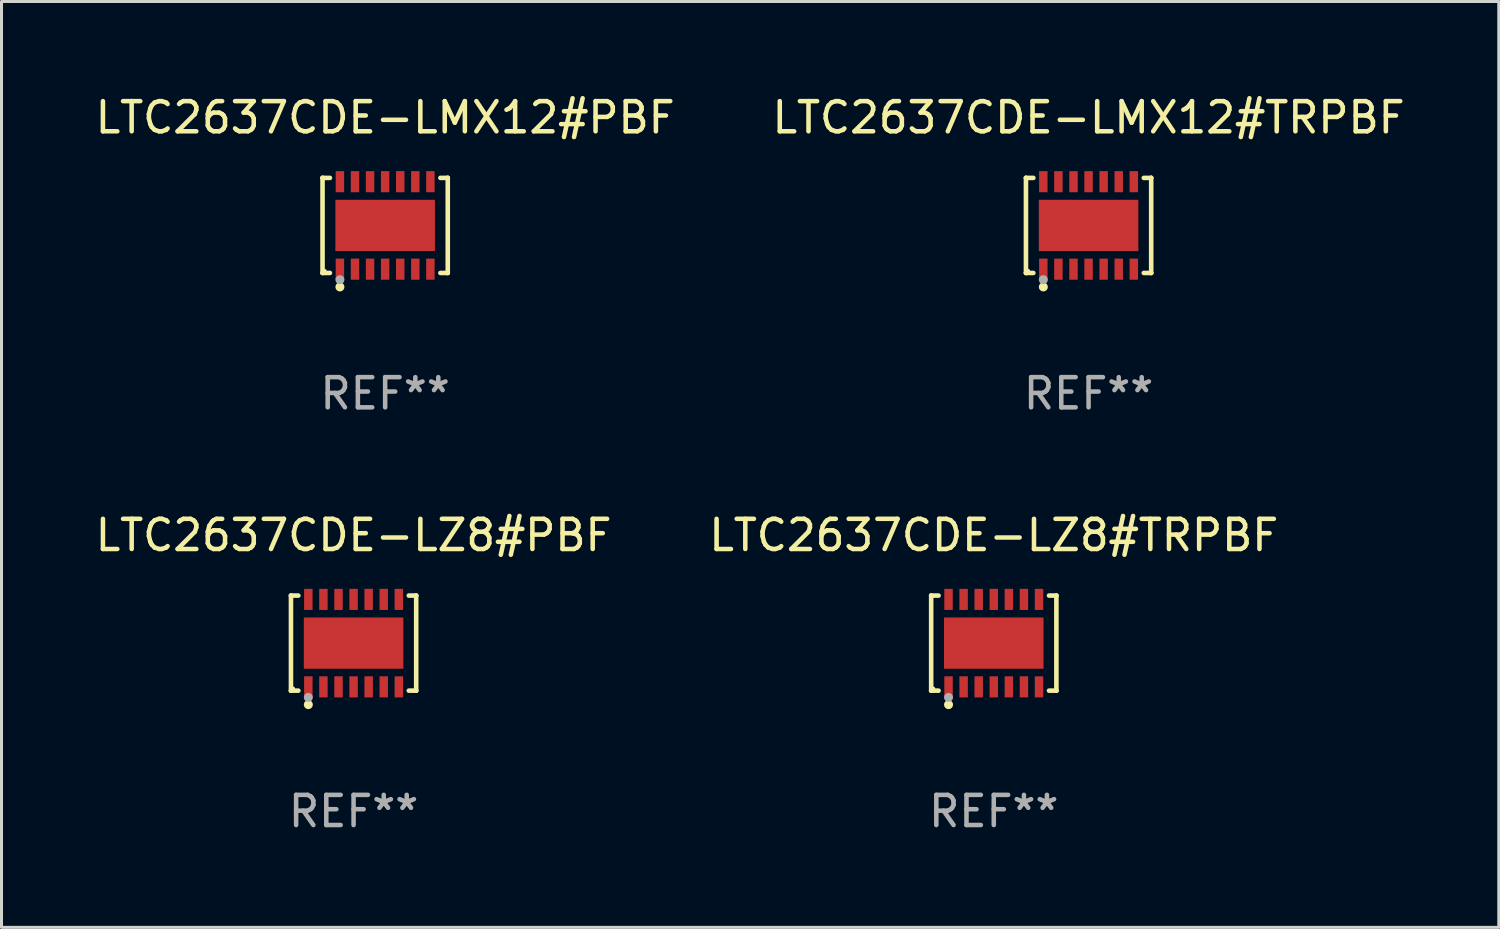
<source format=kicad_pcb>
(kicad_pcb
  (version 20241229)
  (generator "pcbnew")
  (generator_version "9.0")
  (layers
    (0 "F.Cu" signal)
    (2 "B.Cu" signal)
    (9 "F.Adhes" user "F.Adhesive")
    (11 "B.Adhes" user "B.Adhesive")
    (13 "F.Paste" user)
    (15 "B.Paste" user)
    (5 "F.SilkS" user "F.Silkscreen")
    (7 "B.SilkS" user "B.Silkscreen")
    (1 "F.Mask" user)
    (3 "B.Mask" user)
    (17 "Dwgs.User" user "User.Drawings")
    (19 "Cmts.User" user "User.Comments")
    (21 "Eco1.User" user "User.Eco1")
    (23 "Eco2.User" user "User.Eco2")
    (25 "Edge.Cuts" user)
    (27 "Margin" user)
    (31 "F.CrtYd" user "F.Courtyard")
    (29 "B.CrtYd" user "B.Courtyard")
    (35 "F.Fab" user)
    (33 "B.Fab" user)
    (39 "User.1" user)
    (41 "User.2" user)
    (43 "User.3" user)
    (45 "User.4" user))
  (footprint "LTC2637CDE-LMX12#TRPBF"
    (layer "F.Cu")
    (at 33.042 4.424)
    (property "Reference" "LTC2637CDE-LMX12#TRPBF" (at 0 -3.576 0) (layer "F.SilkS") (effects (font (size 1 1) (thickness 0.15))))
    (attr through_hole)
    (fp_line (start -2.076 -1.576) (end -2.076 -1.576) (stroke (width 0.152) (type solid)) (layer "F.SilkS"))
    (fp_line (start -2.076 -1.576) (end -1.831 -1.576) (stroke (width 0.152) (type solid)) (layer "F.SilkS"))
    (fp_line (start -2.076 1.576) (end -2.076 -1.576) (stroke (width 0.152) (type solid)) (layer "F.SilkS"))
    (fp_line (start -2.076 1.576) (end -2.076 1.576) (stroke (width 0.152) (type solid)) (layer "F.SilkS"))
    (fp_line (start -1.831 1.576) (end -2.076 1.576) (stroke (width 0.152) (type solid)) (layer "F.SilkS"))
    (fp_line (start 1.831 1.576) (end 2.076 1.576) (stroke (width 0.152) (type solid)) (layer "F.SilkS"))
    (fp_line (start 2.076 -1.576) (end 1.831 -1.576) (stroke (width 0.152) (type solid)) (layer "F.SilkS"))
    (fp_line (start 2.076 -1.576) (end 2.076 -1.576) (stroke (width 0.152) (type solid)) (layer "F.SilkS"))
    (fp_line (start 2.076 1.576) (end 2.076 -1.576) (stroke (width 0.152) (type solid)) (layer "F.SilkS"))
    (fp_line (start 2.076 1.576) (end 2.076 1.576) (stroke (width 0.152) (type solid)) (layer "F.SilkS"))
    (fp_circle (center -2 1.5) (end -1.97 1.5) (stroke (width 0.06) (type solid)) (fill no) (layer "F.SilkS"))
    (fp_circle (center -1.5 2.04) (end -1.425 2.04) (stroke (width 0.15) (type solid)) (fill no) (layer "F.SilkS"))
    (fp_circle (center -1.5 1.8) (end -1.425 1.8) (stroke (width 0.15) (type solid)) (fill no) (layer "F.Fab"))
    (fp_text user "REF**" (at 0 5.576 0) (layer "F.Fab") (effects (font (size 1 1) (thickness 0.15))))
    (pad "1" smd rect (at -1.5 1.45) (size 0.28 0.7) (layers "F.Cu" "F.Mask" "F.Paste"))
    (pad "2" smd rect (at -1 1.45) (size 0.28 0.7) (layers "F.Cu" "F.Mask" "F.Paste"))
    (pad "3" smd rect (at -0.5 1.45) (size 0.28 0.7) (layers "F.Cu" "F.Mask" "F.Paste"))
    (pad "4" smd rect (at 0 1.45) (size 0.28 0.7) (layers "F.Cu" "F.Mask" "F.Paste"))
    (pad "5" smd rect (at 0.5 1.45) (size 0.28 0.7) (layers "F.Cu" "F.Mask" "F.Paste"))
    (pad "6" smd rect (at 1 1.45) (size 0.28 0.7) (layers "F.Cu" "F.Mask" "F.Paste"))
    (pad "7" smd rect (at 1.5 1.45) (size 0.28 0.7) (layers "F.Cu" "F.Mask" "F.Paste"))
    (pad "8" smd rect (at 1.5 -1.45) (size 0.28 0.7) (layers "F.Cu" "F.Mask" "F.Paste"))
    (pad "9" smd rect (at 1 -1.45) (size 0.28 0.7) (layers "F.Cu" "F.Mask" "F.Paste"))
    (pad "10" smd rect (at 0.5 -1.45) (size 0.28 0.7) (layers "F.Cu" "F.Mask" "F.Paste"))
    (pad "11" smd rect (at 0 -1.45) (size 0.28 0.7) (layers "F.Cu" "F.Mask" "F.Paste"))
    (pad "12" smd rect (at -0.5 -1.45) (size 0.28 0.7) (layers "F.Cu" "F.Mask" "F.Paste"))
    (pad "13" smd rect (at -1 -1.45) (size 0.28 0.7) (layers "F.Cu" "F.Mask" "F.Paste"))
    (pad "14" smd rect (at -1.5 -1.45) (size 0.28 0.7) (layers "F.Cu" "F.Mask" "F.Paste"))
    (pad "15" smd rect (at 0 0) (size 3.3 1.7) (layers "F.Cu" "F.Mask" "F.Paste")))
  (footprint "LTC2637CDE-LZ8#PBF"
    (layer "F.Cu")
    (at 8.673 18.273)
    (property "Reference" "LTC2637CDE-LZ8#PBF" (at 0 -3.576 0) (layer "F.SilkS") (effects (font (size 1 1) (thickness 0.15))))
    (attr through_hole)
    (fp_line (start -2.076 -1.576) (end -2.076 -1.576) (stroke (width 0.152) (type solid)) (layer "F.SilkS"))
    (fp_line (start -2.076 -1.576) (end -1.831 -1.576) (stroke (width 0.152) (type solid)) (layer "F.SilkS"))
    (fp_line (start -2.076 1.576) (end -2.076 -1.576) (stroke (width 0.152) (type solid)) (layer "F.SilkS"))
    (fp_line (start -2.076 1.576) (end -2.076 1.576) (stroke (width 0.152) (type solid)) (layer "F.SilkS"))
    (fp_line (start -1.831 1.576) (end -2.076 1.576) (stroke (width 0.152) (type solid)) (layer "F.SilkS"))
    (fp_line (start 1.831 1.576) (end 2.076 1.576) (stroke (width 0.152) (type solid)) (layer "F.SilkS"))
    (fp_line (start 2.076 -1.576) (end 1.831 -1.576) (stroke (width 0.152) (type solid)) (layer "F.SilkS"))
    (fp_line (start 2.076 -1.576) (end 2.076 -1.576) (stroke (width 0.152) (type solid)) (layer "F.SilkS"))
    (fp_line (start 2.076 1.576) (end 2.076 -1.576) (stroke (width 0.152) (type solid)) (layer "F.SilkS"))
    (fp_line (start 2.076 1.576) (end 2.076 1.576) (stroke (width 0.152) (type solid)) (layer "F.SilkS"))
    (fp_circle (center -2 1.5) (end -1.97 1.5) (stroke (width 0.06) (type solid)) (fill no) (layer "F.SilkS"))
    (fp_circle (center -1.5 2.04) (end -1.425 2.04) (stroke (width 0.15) (type solid)) (fill no) (layer "F.SilkS"))
    (fp_circle (center -1.5 1.8) (end -1.425 1.8) (stroke (width 0.15) (type solid)) (fill no) (layer "F.Fab"))
    (fp_text user "REF**" (at 0 5.576 0) (layer "F.Fab") (effects (font (size 1 1) (thickness 0.15))))
    (pad "1" smd rect (at -1.5 1.45) (size 0.28 0.7) (layers "F.Cu" "F.Mask" "F.Paste"))
    (pad "2" smd rect (at -1 1.45) (size 0.28 0.7) (layers "F.Cu" "F.Mask" "F.Paste"))
    (pad "3" smd rect (at -0.5 1.45) (size 0.28 0.7) (layers "F.Cu" "F.Mask" "F.Paste"))
    (pad "4" smd rect (at 0 1.45) (size 0.28 0.7) (layers "F.Cu" "F.Mask" "F.Paste"))
    (pad "5" smd rect (at 0.5 1.45) (size 0.28 0.7) (layers "F.Cu" "F.Mask" "F.Paste"))
    (pad "6" smd rect (at 1 1.45) (size 0.28 0.7) (layers "F.Cu" "F.Mask" "F.Paste"))
    (pad "7" smd rect (at 1.5 1.45) (size 0.28 0.7) (layers "F.Cu" "F.Mask" "F.Paste"))
    (pad "8" smd rect (at 1.5 -1.45) (size 0.28 0.7) (layers "F.Cu" "F.Mask" "F.Paste"))
    (pad "9" smd rect (at 1 -1.45) (size 0.28 0.7) (layers "F.Cu" "F.Mask" "F.Paste"))
    (pad "10" smd rect (at 0.5 -1.45) (size 0.28 0.7) (layers "F.Cu" "F.Mask" "F.Paste"))
    (pad "11" smd rect (at 0 -1.45) (size 0.28 0.7) (layers "F.Cu" "F.Mask" "F.Paste"))
    (pad "12" smd rect (at -0.5 -1.45) (size 0.28 0.7) (layers "F.Cu" "F.Mask" "F.Paste"))
    (pad "13" smd rect (at -1 -1.45) (size 0.28 0.7) (layers "F.Cu" "F.Mask" "F.Paste"))
    (pad "14" smd rect (at -1.5 -1.45) (size 0.28 0.7) (layers "F.Cu" "F.Mask" "F.Paste"))
    (pad "15" smd rect (at 0 0) (size 3.3 1.7) (layers "F.Cu" "F.Mask" "F.Paste")))
  (footprint "LTC2637CDE-LMX12#PBF"
    (layer "F.Cu")
    (at 9.72 4.424)
    (property "Reference" "LTC2637CDE-LMX12#PBF" (at 0 -3.576 0) (layer "F.SilkS") (effects (font (size 1 1) (thickness 0.15))))
    (attr through_hole)
    (fp_line (start -2.076 -1.576) (end -2.076 -1.576) (stroke (width 0.152) (type solid)) (layer "F.SilkS"))
    (fp_line (start -2.076 -1.576) (end -1.831 -1.576) (stroke (width 0.152) (type solid)) (layer "F.SilkS"))
    (fp_line (start -2.076 1.576) (end -2.076 -1.576) (stroke (width 0.152) (type solid)) (layer "F.SilkS"))
    (fp_line (start -2.076 1.576) (end -2.076 1.576) (stroke (width 0.152) (type solid)) (layer "F.SilkS"))
    (fp_line (start -1.831 1.576) (end -2.076 1.576) (stroke (width 0.152) (type solid)) (layer "F.SilkS"))
    (fp_line (start 1.831 1.576) (end 2.076 1.576) (stroke (width 0.152) (type solid)) (layer "F.SilkS"))
    (fp_line (start 2.076 -1.576) (end 1.831 -1.576) (stroke (width 0.152) (type solid)) (layer "F.SilkS"))
    (fp_line (start 2.076 -1.576) (end 2.076 -1.576) (stroke (width 0.152) (type solid)) (layer "F.SilkS"))
    (fp_line (start 2.076 1.576) (end 2.076 -1.576) (stroke (width 0.152) (type solid)) (layer "F.SilkS"))
    (fp_line (start 2.076 1.576) (end 2.076 1.576) (stroke (width 0.152) (type solid)) (layer "F.SilkS"))
    (fp_circle (center -2 1.5) (end -1.97 1.5) (stroke (width 0.06) (type solid)) (fill no) (layer "F.SilkS"))
    (fp_circle (center -1.5 2.04) (end -1.425 2.04) (stroke (width 0.15) (type solid)) (fill no) (layer "F.SilkS"))
    (fp_circle (center -1.5 1.8) (end -1.425 1.8) (stroke (width 0.15) (type solid)) (fill no) (layer "F.Fab"))
    (fp_text user "REF**" (at 0 5.576 0) (layer "F.Fab") (effects (font (size 1 1) (thickness 0.15))))
    (pad "1" smd rect (at -1.5 1.45) (size 0.28 0.7) (layers "F.Cu" "F.Mask" "F.Paste"))
    (pad "2" smd rect (at -1 1.45) (size 0.28 0.7) (layers "F.Cu" "F.Mask" "F.Paste"))
    (pad "3" smd rect (at -0.5 1.45) (size 0.28 0.7) (layers "F.Cu" "F.Mask" "F.Paste"))
    (pad "4" smd rect (at 0 1.45) (size 0.28 0.7) (layers "F.Cu" "F.Mask" "F.Paste"))
    (pad "5" smd rect (at 0.5 1.45) (size 0.28 0.7) (layers "F.Cu" "F.Mask" "F.Paste"))
    (pad "6" smd rect (at 1 1.45) (size 0.28 0.7) (layers "F.Cu" "F.Mask" "F.Paste"))
    (pad "7" smd rect (at 1.5 1.45) (size 0.28 0.7) (layers "F.Cu" "F.Mask" "F.Paste"))
    (pad "8" smd rect (at 1.5 -1.45) (size 0.28 0.7) (layers "F.Cu" "F.Mask" "F.Paste"))
    (pad "9" smd rect (at 1 -1.45) (size 0.28 0.7) (layers "F.Cu" "F.Mask" "F.Paste"))
    (pad "10" smd rect (at 0.5 -1.45) (size 0.28 0.7) (layers "F.Cu" "F.Mask" "F.Paste"))
    (pad "11" smd rect (at 0 -1.45) (size 0.28 0.7) (layers "F.Cu" "F.Mask" "F.Paste"))
    (pad "12" smd rect (at -0.5 -1.45) (size 0.28 0.7) (layers "F.Cu" "F.Mask" "F.Paste"))
    (pad "13" smd rect (at -1 -1.45) (size 0.28 0.7) (layers "F.Cu" "F.Mask" "F.Paste"))
    (pad "14" smd rect (at -1.5 -1.45) (size 0.28 0.7) (layers "F.Cu" "F.Mask" "F.Paste"))
    (pad "15" smd rect (at 0 0) (size 3.3 1.7) (layers "F.Cu" "F.Mask" "F.Paste")))
  (footprint "LTC2637CDE-LZ8#TRPBF"
    (layer "F.Cu")
    (at 29.899 18.273)
    (property "Reference" "LTC2637CDE-LZ8#TRPBF" (at 0 -3.576 0) (layer "F.SilkS") (effects (font (size 1 1) (thickness 0.15))))
    (attr through_hole)
    (fp_line (start -2.076 -1.576) (end -2.076 -1.576) (stroke (width 0.152) (type solid)) (layer "F.SilkS"))
    (fp_line (start -2.076 -1.576) (end -1.831 -1.576) (stroke (width 0.152) (type solid)) (layer "F.SilkS"))
    (fp_line (start -2.076 1.576) (end -2.076 -1.576) (stroke (width 0.152) (type solid)) (layer "F.SilkS"))
    (fp_line (start -2.076 1.576) (end -2.076 1.576) (stroke (width 0.152) (type solid)) (layer "F.SilkS"))
    (fp_line (start -1.831 1.576) (end -2.076 1.576) (stroke (width 0.152) (type solid)) (layer "F.SilkS"))
    (fp_line (start 1.831 1.576) (end 2.076 1.576) (stroke (width 0.152) (type solid)) (layer "F.SilkS"))
    (fp_line (start 2.076 -1.576) (end 1.831 -1.576) (stroke (width 0.152) (type solid)) (layer "F.SilkS"))
    (fp_line (start 2.076 -1.576) (end 2.076 -1.576) (stroke (width 0.152) (type solid)) (layer "F.SilkS"))
    (fp_line (start 2.076 1.576) (end 2.076 -1.576) (stroke (width 0.152) (type solid)) (layer "F.SilkS"))
    (fp_line (start 2.076 1.576) (end 2.076 1.576) (stroke (width 0.152) (type solid)) (layer "F.SilkS"))
    (fp_circle (center -2 1.5) (end -1.97 1.5) (stroke (width 0.06) (type solid)) (fill no) (layer "F.SilkS"))
    (fp_circle (center -1.5 2.04) (end -1.425 2.04) (stroke (width 0.15) (type solid)) (fill no) (layer "F.SilkS"))
    (fp_circle (center -1.5 1.8) (end -1.425 1.8) (stroke (width 0.15) (type solid)) (fill no) (layer "F.Fab"))
    (fp_text user "REF**" (at 0 5.576 0) (layer "F.Fab") (effects (font (size 1 1) (thickness 0.15))))
    (pad "1" smd rect (at -1.5 1.45) (size 0.28 0.7) (layers "F.Cu" "F.Mask" "F.Paste"))
    (pad "2" smd rect (at -1 1.45) (size 0.28 0.7) (layers "F.Cu" "F.Mask" "F.Paste"))
    (pad "3" smd rect (at -0.5 1.45) (size 0.28 0.7) (layers "F.Cu" "F.Mask" "F.Paste"))
    (pad "4" smd rect (at 0 1.45) (size 0.28 0.7) (layers "F.Cu" "F.Mask" "F.Paste"))
    (pad "5" smd rect (at 0.5 1.45) (size 0.28 0.7) (layers "F.Cu" "F.Mask" "F.Paste"))
    (pad "6" smd rect (at 1 1.45) (size 0.28 0.7) (layers "F.Cu" "F.Mask" "F.Paste"))
    (pad "7" smd rect (at 1.5 1.45) (size 0.28 0.7) (layers "F.Cu" "F.Mask" "F.Paste"))
    (pad "8" smd rect (at 1.5 -1.45) (size 0.28 0.7) (layers "F.Cu" "F.Mask" "F.Paste"))
    (pad "9" smd rect (at 1 -1.45) (size 0.28 0.7) (layers "F.Cu" "F.Mask" "F.Paste"))
    (pad "10" smd rect (at 0.5 -1.45) (size 0.28 0.7) (layers "F.Cu" "F.Mask" "F.Paste"))
    (pad "11" smd rect (at 0 -1.45) (size 0.28 0.7) (layers "F.Cu" "F.Mask" "F.Paste"))
    (pad "12" smd rect (at -0.5 -1.45) (size 0.28 0.7) (layers "F.Cu" "F.Mask" "F.Paste"))
    (pad "13" smd rect (at -1 -1.45) (size 0.28 0.7) (layers "F.Cu" "F.Mask" "F.Paste"))
    (pad "14" smd rect (at -1.5 -1.45) (size 0.28 0.7) (layers "F.Cu" "F.Mask" "F.Paste"))
    (pad "15" smd rect (at 0 0) (size 3.3 1.7) (layers "F.Cu" "F.Mask" "F.Paste")))
  (gr_rect
    (start -3 -3)
    (end 46.643 27.698)
    (stroke (width 0.1) (type default))
    (fill no)
    (layer "Edge.Cuts")))
</source>
